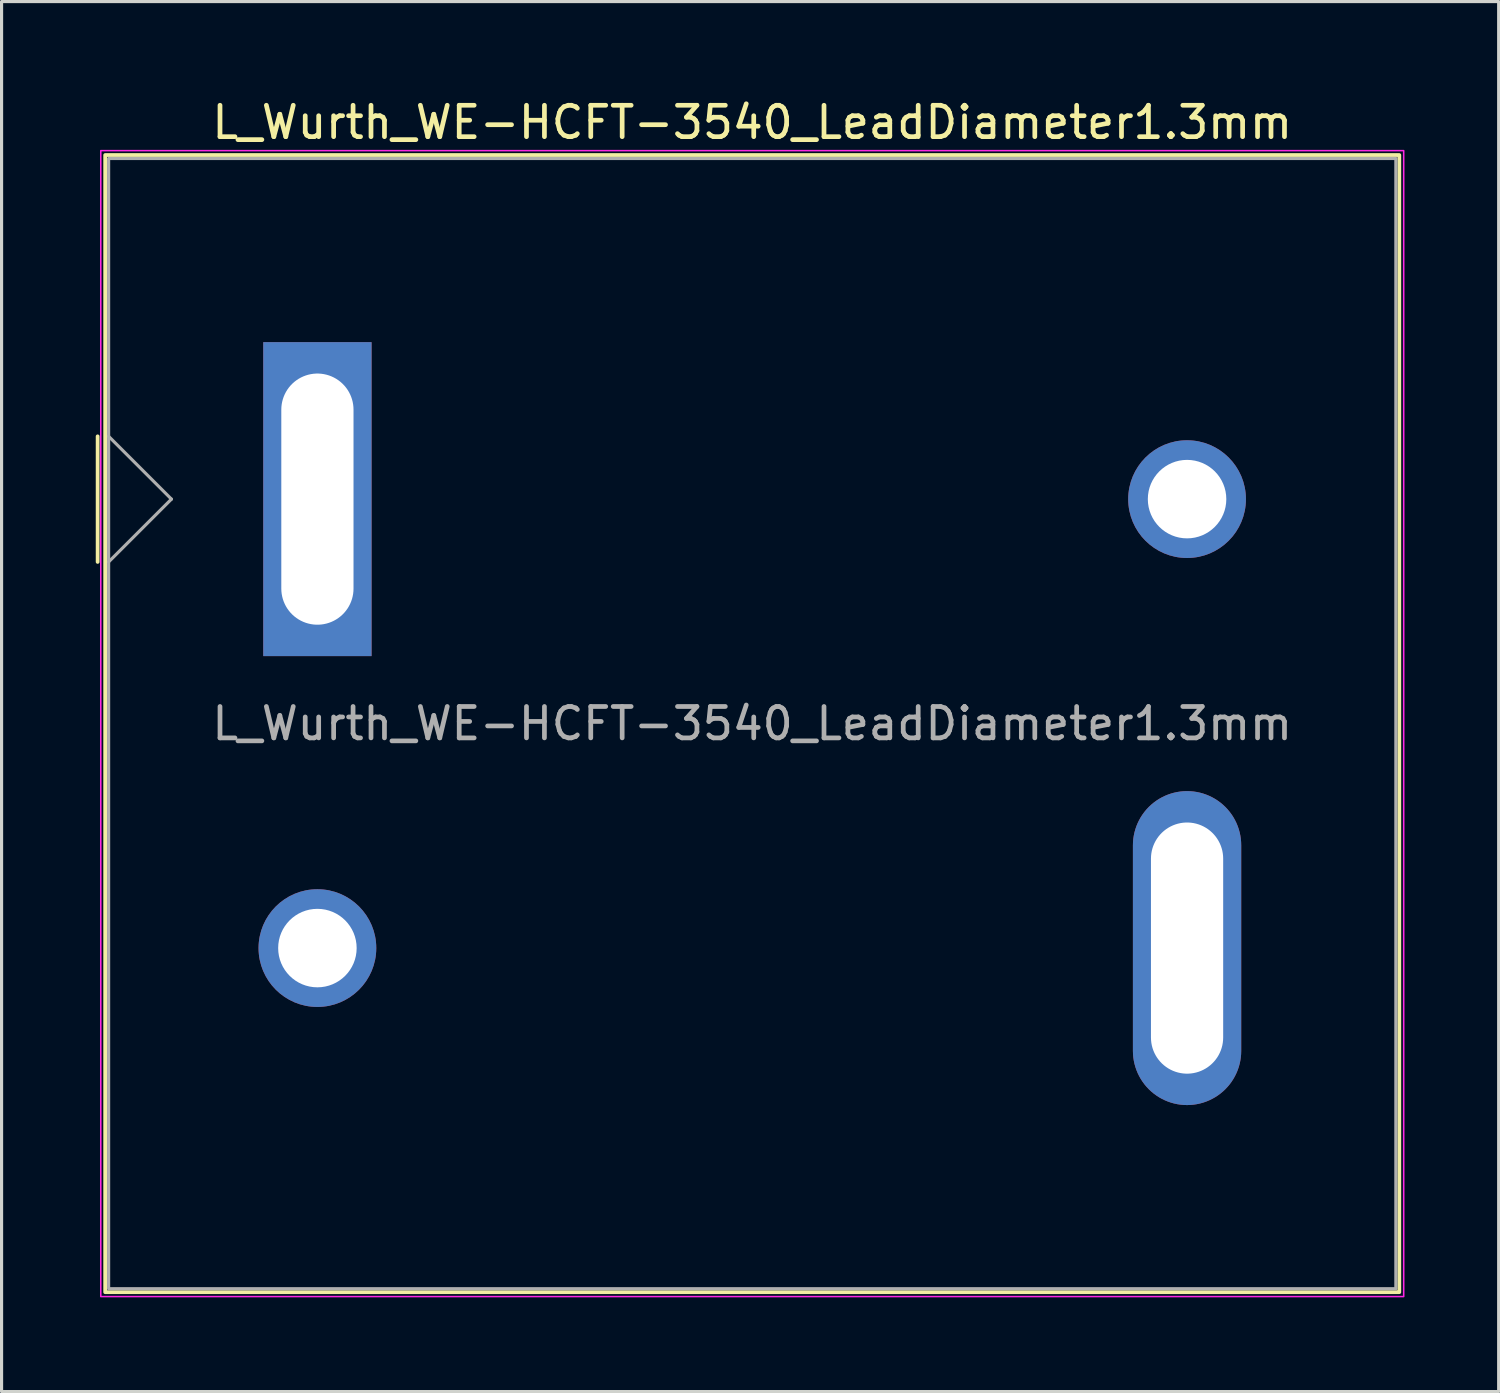
<source format=kicad_pcb>
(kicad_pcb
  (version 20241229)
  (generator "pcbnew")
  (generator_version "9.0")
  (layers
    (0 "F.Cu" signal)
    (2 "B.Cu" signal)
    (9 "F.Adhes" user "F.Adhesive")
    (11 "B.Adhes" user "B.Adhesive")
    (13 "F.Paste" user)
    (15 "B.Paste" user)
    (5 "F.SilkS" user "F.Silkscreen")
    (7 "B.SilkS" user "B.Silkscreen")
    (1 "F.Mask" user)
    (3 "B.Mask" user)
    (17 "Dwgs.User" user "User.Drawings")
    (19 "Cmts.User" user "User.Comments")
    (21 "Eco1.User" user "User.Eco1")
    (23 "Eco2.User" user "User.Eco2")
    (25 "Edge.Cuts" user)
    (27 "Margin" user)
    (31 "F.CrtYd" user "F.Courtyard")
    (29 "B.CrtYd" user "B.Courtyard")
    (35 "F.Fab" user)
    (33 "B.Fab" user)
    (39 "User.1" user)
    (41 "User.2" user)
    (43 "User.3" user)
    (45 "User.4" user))
  (footprint "L_Wurth_WE-HCFT-3540_LeadDiameter1.3mm"
    (layer "F.Cu")
    (at 7.06 12.848)
    (property "Reference" "L_Wurth_WE-HCFT-3540_LeadDiameter1.3mm" (at 13.85 -12 0) (unlocked yes) (layer "F.SilkS") (effects (font (size 1 1) (thickness 0.15))))
    (attr through_hole)
    (fp_line (start -7 2) (end -7 -2) (stroke (width 0.12) (type solid)) (layer "F.SilkS"))
    (fp_rect (start -6.76 -10.96) (end 34.46 25.26) (stroke (width 0.12) (type solid)) (fill no) (layer "F.SilkS"))
    (fp_rect (start -6.9 -11.1) (end 34.6 25.4) (stroke (width 0.05) (type solid)) (fill no) (layer "F.CrtYd"))
    (fp_line (start -6.65 -2) (end -4.65 0) (stroke (width 0.1) (type solid)) (layer "F.Fab"))
    (fp_line (start -4.65 0) (end -6.65 2) (stroke (width 0.1) (type solid)) (layer "F.Fab"))
    (fp_rect (start -6.65 -10.85) (end 34.35 25.15) (stroke (width 0.1) (type solid)) (fill no) (layer "F.Fab"))
    (fp_text user "${REFERENCE}" (at 13.85 7.15 0) (unlocked yes) (layer "F.Fab") (effects (font (size 1 1) (thickness 0.15))))
    (pad "" thru_hole circle (at 0 14.3) (size 3.75 3.75) (drill 2.5) (layers "*.Cu" "*.Mask"))
    (pad "" thru_hole circle (at 27.7 0) (size 3.75 3.75) (drill 2.5) (layers "*.Cu" "*.Mask"))
    (pad "1" thru_hole rect (at 0 0) (size 3.45 10) (drill oval 2.3 8) (layers "*.Cu" "*.Mask"))
    (pad "2" thru_hole oval (at 27.7 14.3) (size 3.45 10) (drill oval 2.3 8) (layers "*.Cu" "*.Mask")))
  (gr_rect
    (start -3 -3)
    (end 44.685 41.273)
    (stroke (width 0.1) (type default))
    (fill no)
    (layer "Edge.Cuts")))
</source>
